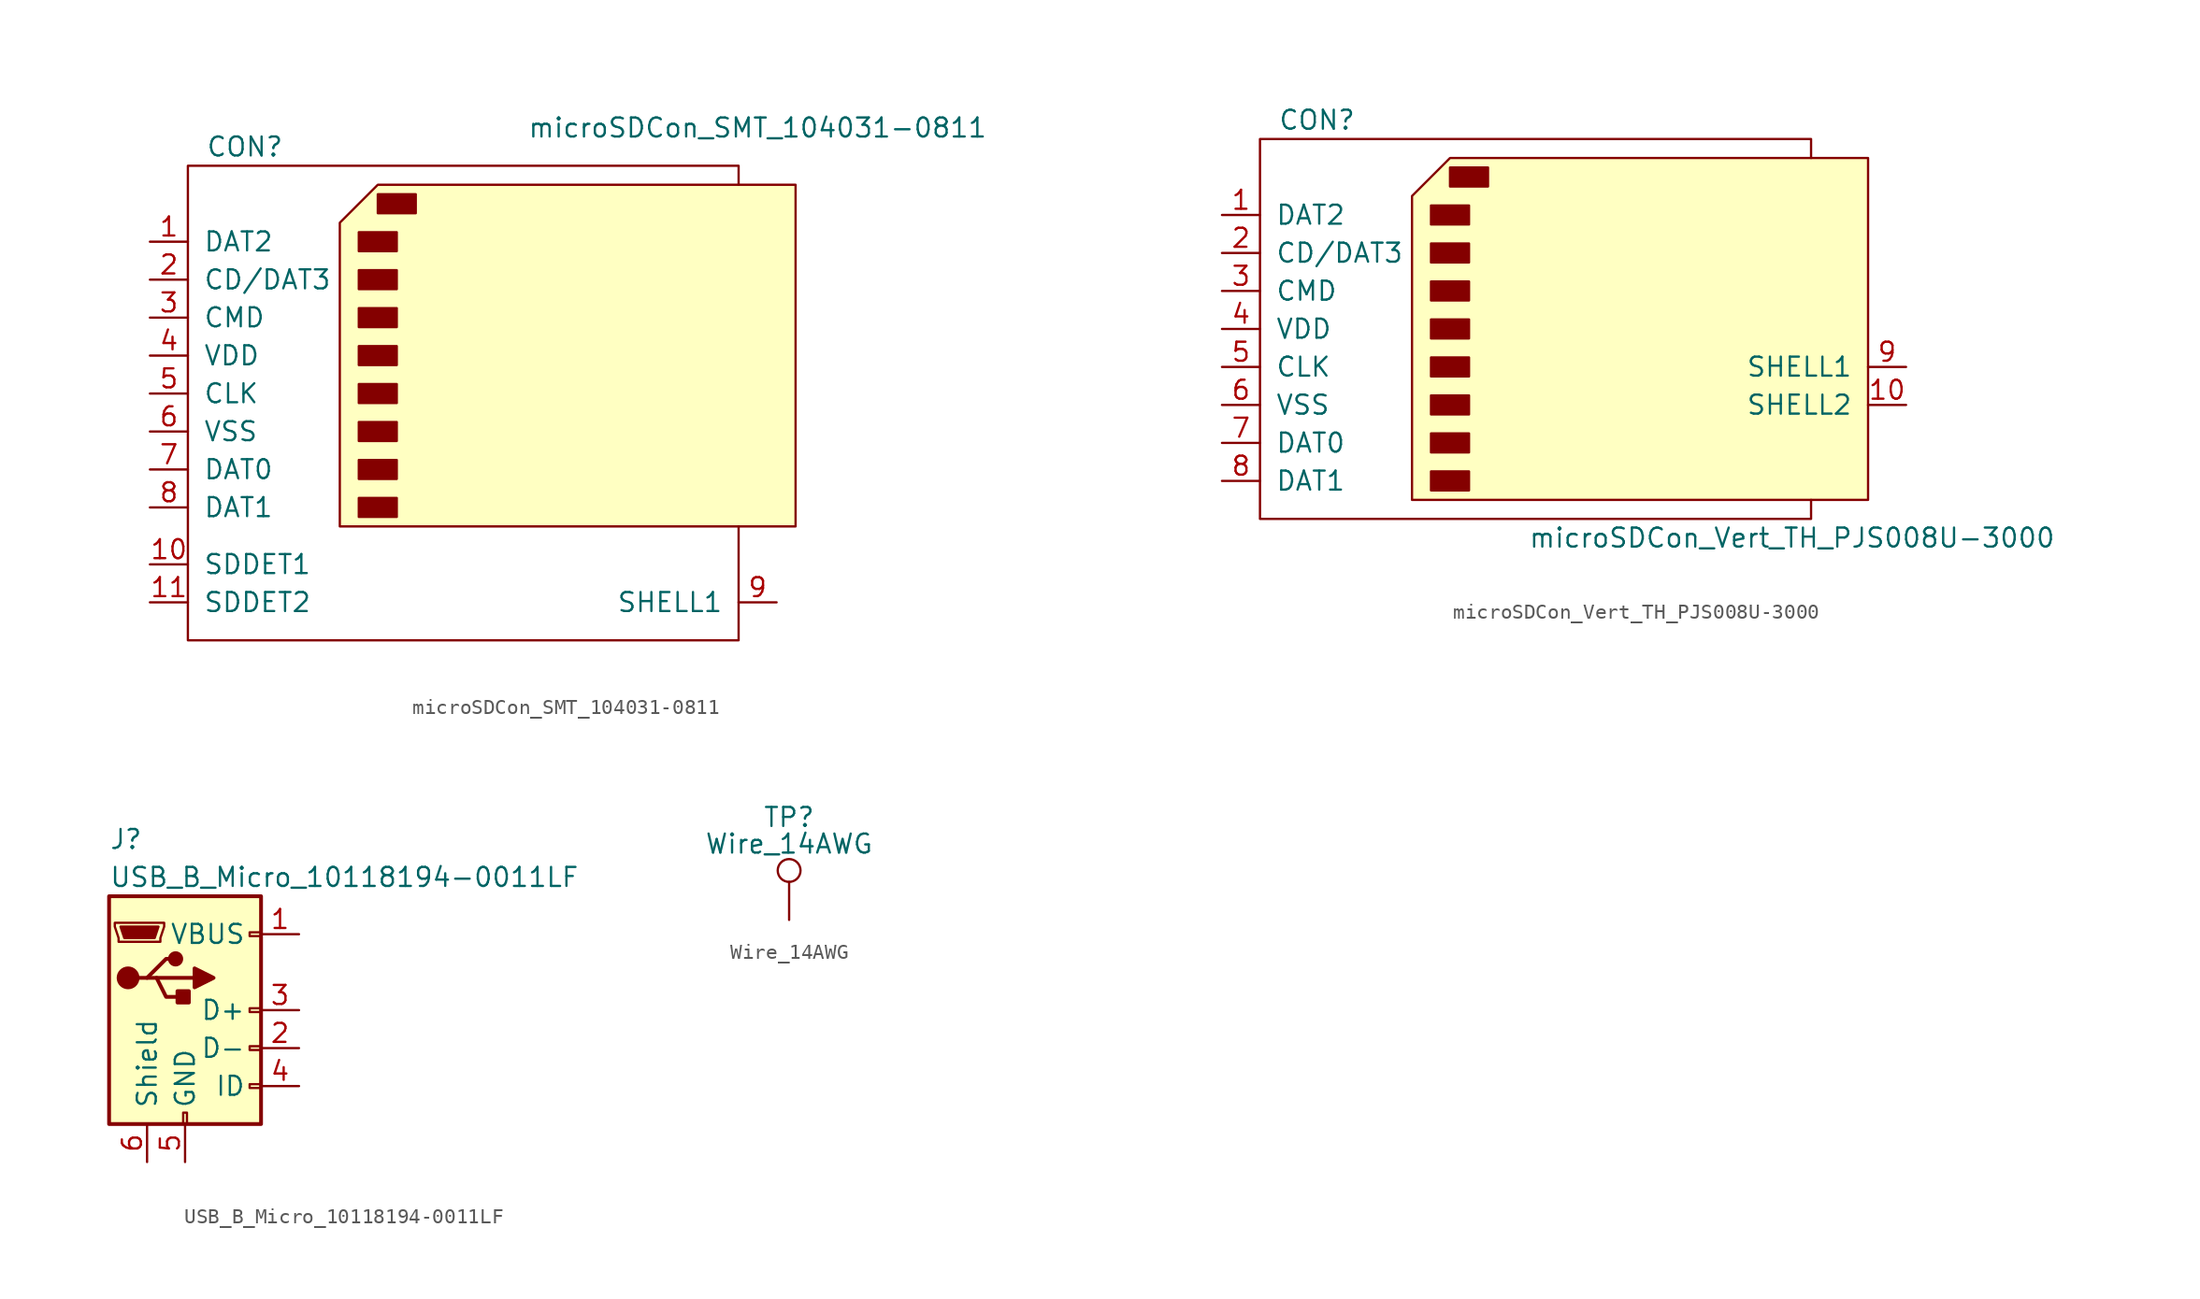
<source format=kicad_sym>
(kicad_symbol_lib
  (version 20241209)
  (generator "kicad_symbol_editor")
  (generator_version "9.0")
  (symbol "microSDCon_SMT_104031-0811"
    (pin_names
      (offset 1.016))
    (property "Reference" "CON"
      (at -16.51 13.97 0)
      (effects (font (size 1.27 1.27))))
    (property "Value" "microSDCon_SMT_104031-0811"
      (at 17.78 15.24 0)
      (effects (font (size 1.27 1.27))))
    (symbol "microSDCon_SMT_104031-0811_0_1"
      (polyline (pts (xy -10.16 8.89) (xy -7.62 11.43) (xy 20.32 11.43) (xy 20.32 -11.43) (xy -10.16 -11.43) (xy -10.16 8.89)) (stroke (width 0) (type default)) (fill (type background)))
      (rectangle (start -8.89 8.255) (end -6.35 6.985) (stroke (width 0) (type default)) (fill (type outline)))
      (rectangle (start -8.89 5.715) (end -6.35 4.445) (stroke (width 0) (type default)) (fill (type outline)))
      (rectangle (start -8.89 3.175) (end -6.35 1.905) (stroke (width 0) (type default)) (fill (type outline)))
      (rectangle (start -8.89 0.635) (end -6.35 -0.635) (stroke (width 0) (type default)) (fill (type outline)))
      (rectangle (start -8.89 -1.905) (end -6.35 -3.175) (stroke (width 0) (type default)) (fill (type outline)))
      (rectangle (start -8.89 -4.445) (end -6.35 -5.715) (stroke (width 0) (type default)) (fill (type outline)))
      (rectangle (start -8.89 -6.985) (end -6.35 -8.255) (stroke (width 0) (type default)) (fill (type outline)))
      (rectangle (start -8.89 -9.525) (end -6.35 -10.795) (stroke (width 0) (type default)) (fill (type outline)))
      (rectangle (start -7.62 10.795) (end -5.08 9.525) (stroke (width 0) (type default)) (fill (type outline)))
      (polyline (pts (xy 16.51 11.43) (xy 16.51 12.7) (xy -20.32 12.7) (xy -20.32 -19.05) (xy 16.51 -19.05) (xy 16.51 -11.43)) (stroke (width 0) (type default)) (fill (type none))))
    (symbol "microSDCon_SMT_104031-0811_1_1"
      (pin input line (at -22.86 7.62 0) (length 2.54) (name "DAT2" (effects (font (size 1.27 1.27)))) (number "1" (effects (font (size 1.27 1.27)))))
      (pin input line (at -22.86 5.08 0) (length 2.54) (name "CD/DAT3" (effects (font (size 1.27 1.27)))) (number "2" (effects (font (size 1.27 1.27)))))
      (pin input line (at -22.86 2.54 0) (length 2.54) (name "CMD" (effects (font (size 1.27 1.27)))) (number "3" (effects (font (size 1.27 1.27)))))
      (pin input line (at -22.86 0 0) (length 2.54) (name "VDD" (effects (font (size 1.27 1.27)))) (number "4" (effects (font (size 1.27 1.27)))))
      (pin input line (at -22.86 -2.54 0) (length 2.54) (name "CLK" (effects (font (size 1.27 1.27)))) (number "5" (effects (font (size 1.27 1.27)))))
      (pin input line (at -22.86 -5.08 0) (length 2.54) (name "VSS" (effects (font (size 1.27 1.27)))) (number "6" (effects (font (size 1.27 1.27)))))
      (pin input line (at -22.86 -7.62 0) (length 2.54) (name "DAT0" (effects (font (size 1.27 1.27)))) (number "7" (effects (font (size 1.27 1.27)))))
      (pin input line (at -22.86 -10.16 0) (length 2.54) (name "DAT1" (effects (font (size 1.27 1.27)))) (number "8" (effects (font (size 1.27 1.27)))))
      (pin input line (at -22.86 -13.97 0) (length 2.54) (name "SDDET1" (effects (font (size 1.27 1.27)))) (number "10" (effects (font (size 1.27 1.27)))))
      (pin input line (at -22.86 -16.51 0) (length 2.54) (name "SDDET2" (effects (font (size 1.27 1.27)))) (number "11" (effects (font (size 1.27 1.27)))))
      (pin input line (at 19.05 -16.51 180) (length 2.54) (name "SHELL1" (effects (font (size 1.27 1.27)))) (number "9" (effects (font (size 1.27 1.27)))))))
  (symbol "microSDCon_Vert_TH_PJS008U-3000"
    (pin_names
      (offset 1.016))
    (property "Reference" "CON"
      (at -16.51 13.97 0)
      (effects (font (size 1.27 1.27))))
    (property "Value" "microSDCon_Vert_TH_PJS008U-3000"
      (at 15.24 -13.97 0)
      (effects (font (size 1.27 1.27))))
    (symbol "microSDCon_Vert_TH_PJS008U-3000_0_1"
      (polyline (pts (xy -10.16 8.89) (xy -7.62 11.43) (xy 20.32 11.43) (xy 20.32 -11.43) (xy -10.16 -11.43) (xy -10.16 8.89)) (stroke (width 0) (type default)) (fill (type background)))
      (rectangle (start -8.89 8.255) (end -6.35 6.985) (stroke (width 0) (type default)) (fill (type outline)))
      (rectangle (start -8.89 5.715) (end -6.35 4.445) (stroke (width 0) (type default)) (fill (type outline)))
      (rectangle (start -8.89 3.175) (end -6.35 1.905) (stroke (width 0) (type default)) (fill (type outline)))
      (rectangle (start -8.89 0.635) (end -6.35 -0.635) (stroke (width 0) (type default)) (fill (type outline)))
      (rectangle (start -8.89 -1.905) (end -6.35 -3.175) (stroke (width 0) (type default)) (fill (type outline)))
      (rectangle (start -8.89 -4.445) (end -6.35 -5.715) (stroke (width 0) (type default)) (fill (type outline)))
      (rectangle (start -8.89 -6.985) (end -6.35 -8.255) (stroke (width 0) (type default)) (fill (type outline)))
      (rectangle (start -8.89 -9.525) (end -6.35 -10.795) (stroke (width 0) (type default)) (fill (type outline)))
      (rectangle (start -7.62 10.795) (end -5.08 9.525) (stroke (width 0) (type default)) (fill (type outline)))
      (polyline (pts (xy 16.51 11.43) (xy 16.51 12.7) (xy -20.32 12.7) (xy -20.32 -12.7) (xy 16.51 -12.7) (xy 16.51 -11.43)) (stroke (width 0) (type default)) (fill (type none))))
    (symbol "microSDCon_Vert_TH_PJS008U-3000_1_1"
      (pin input line (at -22.86 7.62 0) (length 2.54) (name "DAT2" (effects (font (size 1.27 1.27)))) (number "1" (effects (font (size 1.27 1.27)))))
      (pin input line (at -22.86 5.08 0) (length 2.54) (name "CD/DAT3" (effects (font (size 1.27 1.27)))) (number "2" (effects (font (size 1.27 1.27)))))
      (pin input line (at -22.86 2.54 0) (length 2.54) (name "CMD" (effects (font (size 1.27 1.27)))) (number "3" (effects (font (size 1.27 1.27)))))
      (pin input line (at -22.86 0 0) (length 2.54) (name "VDD" (effects (font (size 1.27 1.27)))) (number "4" (effects (font (size 1.27 1.27)))))
      (pin input line (at -22.86 -2.54 0) (length 2.54) (name "CLK" (effects (font (size 1.27 1.27)))) (number "5" (effects (font (size 1.27 1.27)))))
      (pin input line (at -22.86 -5.08 0) (length 2.54) (name "VSS" (effects (font (size 1.27 1.27)))) (number "6" (effects (font (size 1.27 1.27)))))
      (pin input line (at -22.86 -7.62 0) (length 2.54) (name "DAT0" (effects (font (size 1.27 1.27)))) (number "7" (effects (font (size 1.27 1.27)))))
      (pin input line (at -22.86 -10.16 0) (length 2.54) (name "DAT1" (effects (font (size 1.27 1.27)))) (number "8" (effects (font (size 1.27 1.27)))))
      (pin input line (at 22.86 -2.54 180) (length 2.54) (name "SHELL1" (effects (font (size 1.27 1.27)))) (number "9" (effects (font (size 1.27 1.27)))))
      (pin input line (at 22.86 -5.08 180) (length 2.54) (name "SHELL2" (effects (font (size 1.27 1.27)))) (number "10" (effects (font (size 1.27 1.27)))))))
  (symbol "USB_B_Micro_10118194-0011LF"
    (pin_names
      (offset 1.016))
    (property "Reference" "J"
      (at -5.08 11.43 0)
      (effects (font (size 1.27 1.27)) (justify left)))
    (property "Value" "USB_B_Micro_10118194-0011LF"
      (at -5.08 8.89 0)
      (effects (font (size 1.27 1.27)) (justify left)))
    (symbol "USB_B_Micro_10118194-0011LF_0_1"
      (rectangle (start -5.08 -7.62) (end 5.08 7.62) (stroke (width 0.254) (type default)) (fill (type background)))
      (polyline (pts (xy -4.699 5.842) (xy -4.699 5.588) (xy -4.445 4.826) (xy -4.445 4.572) (xy -1.651 4.572) (xy -1.651 4.826) (xy -1.397 5.588) (xy -1.397 5.842) (xy -4.699 5.842)) (stroke (width 0) (type default)) (fill (type none)))
      (polyline (pts (xy -4.318 5.588) (xy -1.778 5.588) (xy -2.032 4.826) (xy -4.064 4.826) (xy -4.318 5.588)) (stroke (width 0) (type default)) (fill (type outline)))
      (circle (center -3.81 2.159) (radius 0.635) (stroke (width 0.254) (type default)) (fill (type outline)))
      (polyline (pts (xy -3.175 2.159) (xy -2.54 2.159) (xy -1.27 3.429) (xy -0.635 3.429)) (stroke (width 0.254) (type default)) (fill (type none)))
      (polyline (pts (xy -2.54 2.159) (xy -1.905 2.159) (xy -1.27 0.889) (xy 0 0.889)) (stroke (width 0.254) (type default)) (fill (type none)))
      (polyline (pts (xy -1.905 2.159) (xy 0.635 2.159)) (stroke (width 0.254) (type default)) (fill (type none)))
      (circle (center -0.635 3.429) (radius 0.381) (stroke (width 0.254) (type default)) (fill (type outline)))
      (rectangle (start -0.127 -7.62) (end 0.127 -6.858) (stroke (width 0) (type default)) (fill (type none)))
      (rectangle (start 0.254 1.27) (end -0.508 0.508) (stroke (width 0.254) (type default)) (fill (type outline)))
      (polyline (pts (xy 0.635 2.794) (xy 0.635 1.524) (xy 1.905 2.159) (xy 0.635 2.794)) (stroke (width 0.254) (type default)) (fill (type outline)))
      (rectangle (start 5.08 4.953) (end 4.318 5.207) (stroke (width 0) (type default)) (fill (type none)))
      (rectangle (start 5.08 -0.127) (end 4.318 0.127) (stroke (width 0) (type default)) (fill (type none)))
      (rectangle (start 5.08 -2.667) (end 4.318 -2.413) (stroke (width 0) (type default)) (fill (type none)))
      (rectangle (start 5.08 -5.207) (end 4.318 -4.953) (stroke (width 0) (type default)) (fill (type none))))
    (symbol "USB_B_Micro_10118194-0011LF_1_1"
      (pin passive line (at -2.54 -10.16 90) (length 2.54) (name "Shield" (effects (font (size 1.27 1.27)))) (number "6" (effects (font (size 1.27 1.27)))))
      (pin power_out line (at 0 -10.16 90) (length 2.54) (name "GND" (effects (font (size 1.27 1.27)))) (number "5" (effects (font (size 1.27 1.27)))))
      (pin power_out line (at 7.62 5.08 180) (length 2.54) (name "VBUS" (effects (font (size 1.27 1.27)))) (number "1" (effects (font (size 1.27 1.27)))))
      (pin bidirectional line (at 7.62 0 180) (length 2.54) (name "D+" (effects (font (size 1.27 1.27)))) (number "3" (effects (font (size 1.27 1.27)))))
      (pin bidirectional line (at 7.62 -2.54 180) (length 2.54) (name "D-" (effects (font (size 1.27 1.27)))) (number "2" (effects (font (size 1.27 1.27)))))
      (pin passive line (at 7.62 -5.08 180) (length 2.54) (name "ID" (effects (font (size 1.27 1.27)))) (number "4" (effects (font (size 1.27 1.27)))))))
  (symbol "Wire_14AWG"
    (pin_numbers
      (hide yes))
    (pin_names
      (offset 0.762)
      (hide yes))
    (property "Reference" "TP"
      (at 0 6.858 0)
      (effects (font (size 1.27 1.27))))
    (property "Value" "Wire_14AWG"
      (at 0 5.08 0)
      (effects (font (size 1.27 1.27))))
    (symbol "Wire_14AWG_0_1"
      (circle (center 0 3.302) (radius 0.762) (stroke (width 0) (type default)) (fill (type none))))
    (symbol "Wire_14AWG_1_1"
      (pin passive line (at 0 0 90) (length 2.54) (name "1" (effects (font (size 1.27 1.27)))) (number "1" (effects (font (size 1.27 1.27))))))))
</source>
